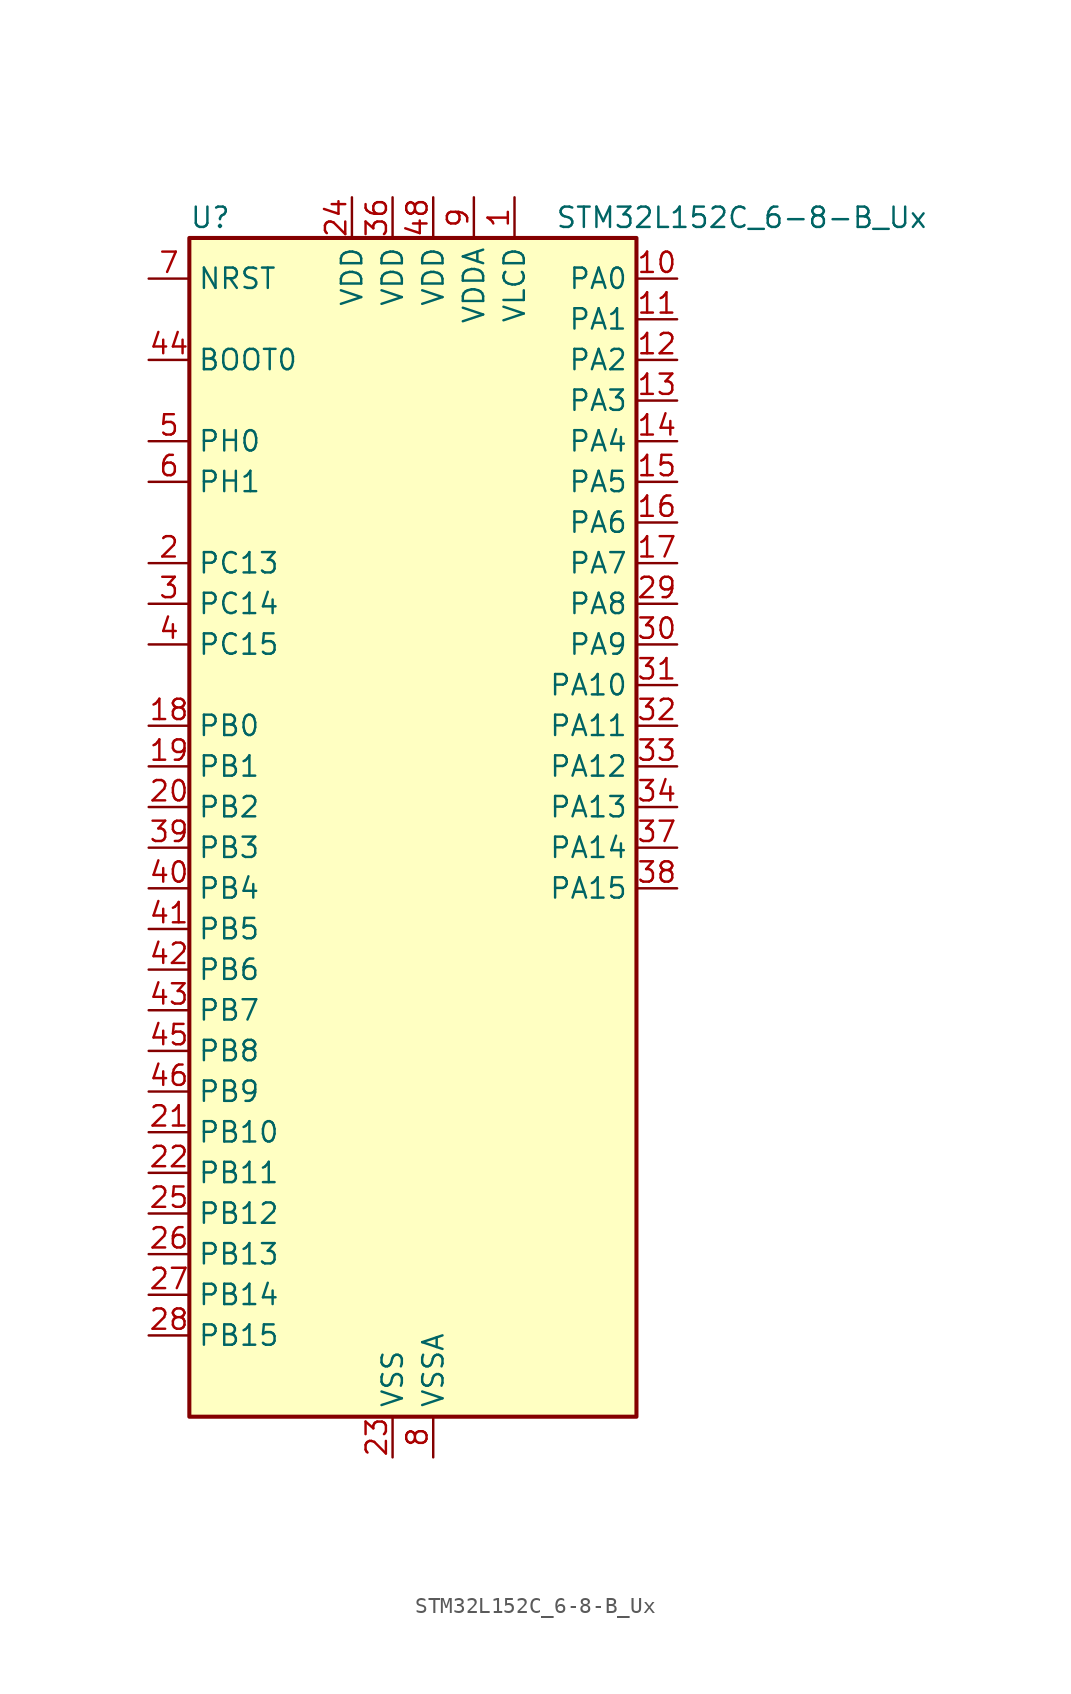
<source format=kicad_sym>
(kicad_symbol_lib
  (version 20220914)
  (generator kicad_symbol_editor)
  (symbol "STM32L152C_6-8-B_Ux"
    (property "Reference" "U"
      (at -12.7 39.37 0)
      (effects (font (size 1.27 1.27)) (justify left)))
    (property "Value" "STM32L152C_6-8-B_Ux"
      (at 10.16 39.37 0)
      (effects (font (size 1.27 1.27)) (justify left)))
    (property "ki_locked" ""
      (at 0 0 0)
      (effects (font (size 1.27 1.27))))
    (symbol "STM32L152C_6-8-B_Ux_0_1"
      (rectangle (start -12.7 -35.56) (end 15.24 38.1) (stroke (width 0.254) (type default)) (fill (type background))))
    (symbol "STM32L152C_6-8-B_Ux_1_1"
      (pin power_in line (at 7.62 40.64 270) (length 2.54) (name "VLCD" (effects (font (size 1.27 1.27)))) (number "1" (effects (font (size 1.27 1.27)))))
      (pin bidirectional line (at 17.78 35.56 180) (length 2.54) (name "PA0" (effects (font (size 1.27 1.27)))) (number "10" (effects (font (size 1.27 1.27)))) (alternate "ADC_IN0" bidirectional line) (alternate "COMP1_INP" bidirectional line) (alternate "SYS_WKUP1" bidirectional line) (alternate "TIM2_CH1" bidirectional line) (alternate "TIM2_ETR" bidirectional line) (alternate "TIMX_IC1" bidirectional line) (alternate "TS_G1_IO1" bidirectional line) (alternate "USART2_CTS" bidirectional line))
      (pin bidirectional line (at 17.78 33.02 180) (length 2.54) (name "PA1" (effects (font (size 1.27 1.27)))) (number "11" (effects (font (size 1.27 1.27)))) (alternate "ADC_IN1" bidirectional line) (alternate "COMP1_INP" bidirectional line) (alternate "LCD_SEG0" bidirectional line) (alternate "TIM2_CH2" bidirectional line) (alternate "TIMX_IC2" bidirectional line) (alternate "TS_G1_IO2" bidirectional line) (alternate "USART2_RTS" bidirectional line))
      (pin bidirectional line (at 17.78 30.48 180) (length 2.54) (name "PA2" (effects (font (size 1.27 1.27)))) (number "12" (effects (font (size 1.27 1.27)))) (alternate "ADC_IN2" bidirectional line) (alternate "COMP1_INP" bidirectional line) (alternate "LCD_SEG1" bidirectional line) (alternate "TIM2_CH3" bidirectional line) (alternate "TIM9_CH1" bidirectional line) (alternate "TIMX_IC3" bidirectional line) (alternate "TS_G1_IO3" bidirectional line) (alternate "USART2_TX" bidirectional line))
      (pin bidirectional line (at 17.78 27.94 180) (length 2.54) (name "PA3" (effects (font (size 1.27 1.27)))) (number "13" (effects (font (size 1.27 1.27)))) (alternate "ADC_IN3" bidirectional line) (alternate "COMP1_INP" bidirectional line) (alternate "LCD_SEG2" bidirectional line) (alternate "TIM2_CH4" bidirectional line) (alternate "TIM9_CH2" bidirectional line) (alternate "TIMX_IC4" bidirectional line) (alternate "TS_G1_IO4" bidirectional line) (alternate "USART2_RX" bidirectional line))
      (pin bidirectional line (at 17.78 25.4 180) (length 2.54) (name "PA4" (effects (font (size 1.27 1.27)))) (number "14" (effects (font (size 1.27 1.27)))) (alternate "ADC_IN4" bidirectional line) (alternate "COMP1_INP" bidirectional line) (alternate "DAC_OUT1" bidirectional line) (alternate "SPI1_NSS" bidirectional line) (alternate "TIMX_IC1" bidirectional line) (alternate "USART2_CK" bidirectional line))
      (pin bidirectional line (at 17.78 22.86 180) (length 2.54) (name "PA5" (effects (font (size 1.27 1.27)))) (number "15" (effects (font (size 1.27 1.27)))) (alternate "ADC_IN5" bidirectional line) (alternate "COMP1_INP" bidirectional line) (alternate "DAC_OUT2" bidirectional line) (alternate "SPI1_SCK" bidirectional line) (alternate "TIM2_CH1" bidirectional line) (alternate "TIM2_ETR" bidirectional line) (alternate "TIMX_IC2" bidirectional line))
      (pin bidirectional line (at 17.78 20.32 180) (length 2.54) (name "PA6" (effects (font (size 1.27 1.27)))) (number "16" (effects (font (size 1.27 1.27)))) (alternate "ADC_IN6" bidirectional line) (alternate "COMP1_INP" bidirectional line) (alternate "LCD_SEG3" bidirectional line) (alternate "SPI1_MISO" bidirectional line) (alternate "TIM10_CH1" bidirectional line) (alternate "TIM3_CH1" bidirectional line) (alternate "TIMX_IC3" bidirectional line) (alternate "TS_G2_IO1" bidirectional line))
      (pin bidirectional line (at 17.78 17.78 180) (length 2.54) (name "PA7" (effects (font (size 1.27 1.27)))) (number "17" (effects (font (size 1.27 1.27)))) (alternate "ADC_IN7" bidirectional line) (alternate "COMP1_INP" bidirectional line) (alternate "LCD_SEG4" bidirectional line) (alternate "SPI1_MOSI" bidirectional line) (alternate "TIM11_CH1" bidirectional line) (alternate "TIM3_CH2" bidirectional line) (alternate "TIMX_IC4" bidirectional line) (alternate "TS_G2_IO2" bidirectional line))
      (pin bidirectional line (at -15.24 7.62 0) (length 2.54) (name "PB0" (effects (font (size 1.27 1.27)))) (number "18" (effects (font (size 1.27 1.27)))) (alternate "ADC_IN8" bidirectional line) (alternate "COMP1_INP" bidirectional line) (alternate "LCD_SEG5" bidirectional line) (alternate "SYS_V_REF_OUT" bidirectional line) (alternate "TIM3_CH3" bidirectional line) (alternate "TS_G3_IO1" bidirectional line))
      (pin bidirectional line (at -15.24 5.08 0) (length 2.54) (name "PB1" (effects (font (size 1.27 1.27)))) (number "19" (effects (font (size 1.27 1.27)))) (alternate "ADC_IN9" bidirectional line) (alternate "COMP1_INP" bidirectional line) (alternate "LCD_SEG6" bidirectional line) (alternate "SYS_V_REF_OUT" bidirectional line) (alternate "TIM3_CH4" bidirectional line) (alternate "TS_G3_IO2" bidirectional line))
      (pin bidirectional line (at -15.24 17.78 0) (length 2.54) (name "PC13" (effects (font (size 1.27 1.27)))) (number "2" (effects (font (size 1.27 1.27)))) (alternate "RTC_OUT_ALARM" bidirectional line) (alternate "RTC_OUT_CALIB" bidirectional line) (alternate "RTC_TAMP1" bidirectional line) (alternate "RTC_TS" bidirectional line) (alternate "SYS_WKUP2" bidirectional line) (alternate "TIMX_IC2" bidirectional line))
      (pin bidirectional line (at -15.24 2.54 0) (length 2.54) (name "PB2" (effects (font (size 1.27 1.27)))) (number "20" (effects (font (size 1.27 1.27)))))
      (pin bidirectional line (at -15.24 -17.78 0) (length 2.54) (name "PB10" (effects (font (size 1.27 1.27)))) (number "21" (effects (font (size 1.27 1.27)))) (alternate "I2C2_SCL" bidirectional line) (alternate "LCD_SEG10" bidirectional line) (alternate "TIM2_CH3" bidirectional line) (alternate "USART3_TX" bidirectional line))
      (pin bidirectional line (at -15.24 -20.32 0) (length 2.54) (name "PB11" (effects (font (size 1.27 1.27)))) (number "22" (effects (font (size 1.27 1.27)))) (alternate "ADC_EXTI11" bidirectional line) (alternate "I2C2_SDA" bidirectional line) (alternate "LCD_SEG11" bidirectional line) (alternate "TIM2_CH4" bidirectional line) (alternate "USART3_RX" bidirectional line))
      (pin power_in line (at 0 -38.1 90) (length 2.54) (name "VSS" (effects (font (size 1.27 1.27)))) (number "23" (effects (font (size 1.27 1.27)))))
      (pin power_in line (at -2.54 40.64 270) (length 2.54) (name "VDD" (effects (font (size 1.27 1.27)))) (number "24" (effects (font (size 1.27 1.27)))))
      (pin bidirectional line (at -15.24 -22.86 0) (length 2.54) (name "PB12" (effects (font (size 1.27 1.27)))) (number "25" (effects (font (size 1.27 1.27)))) (alternate "ADC_IN18" bidirectional line) (alternate "COMP1_INP" bidirectional line) (alternate "I2C2_SMBA" bidirectional line) (alternate "LCD_SEG12" bidirectional line) (alternate "SPI2_NSS" bidirectional line) (alternate "TIM10_CH1" bidirectional line) (alternate "TS_G7_IO1" bidirectional line) (alternate "USART3_CK" bidirectional line))
      (pin bidirectional line (at -15.24 -25.4 0) (length 2.54) (name "PB13" (effects (font (size 1.27 1.27)))) (number "26" (effects (font (size 1.27 1.27)))) (alternate "ADC_IN19" bidirectional line) (alternate "COMP1_INP" bidirectional line) (alternate "LCD_SEG13" bidirectional line) (alternate "SPI2_SCK" bidirectional line) (alternate "TIM9_CH1" bidirectional line) (alternate "TS_G7_IO2" bidirectional line) (alternate "USART3_CTS" bidirectional line))
      (pin bidirectional line (at -15.24 -27.94 0) (length 2.54) (name "PB14" (effects (font (size 1.27 1.27)))) (number "27" (effects (font (size 1.27 1.27)))) (alternate "ADC_IN20" bidirectional line) (alternate "COMP1_INP" bidirectional line) (alternate "LCD_SEG14" bidirectional line) (alternate "SPI2_MISO" bidirectional line) (alternate "TIM9_CH2" bidirectional line) (alternate "TS_G7_IO3" bidirectional line) (alternate "USART3_RTS" bidirectional line))
      (pin bidirectional line (at -15.24 -30.48 0) (length 2.54) (name "PB15" (effects (font (size 1.27 1.27)))) (number "28" (effects (font (size 1.27 1.27)))) (alternate "ADC_EXTI15" bidirectional line) (alternate "ADC_IN21" bidirectional line) (alternate "COMP1_INP" bidirectional line) (alternate "LCD_SEG15" bidirectional line) (alternate "RTC_REFIN" bidirectional line) (alternate "SPI2_MOSI" bidirectional line) (alternate "TIM11_CH1" bidirectional line) (alternate "TS_G7_IO4" bidirectional line))
      (pin bidirectional line (at 17.78 15.24 180) (length 2.54) (name "PA8" (effects (font (size 1.27 1.27)))) (number "29" (effects (font (size 1.27 1.27)))) (alternate "LCD_COM0" bidirectional line) (alternate "RCC_MCO" bidirectional line) (alternate "TIMX_IC1" bidirectional line) (alternate "TS_G4_IO1" bidirectional line) (alternate "USART1_CK" bidirectional line))
      (pin bidirectional line (at -15.24 15.24 0) (length 2.54) (name "PC14" (effects (font (size 1.27 1.27)))) (number "3" (effects (font (size 1.27 1.27)))) (alternate "RCC_OSC32_IN" bidirectional line) (alternate "TIMX_IC3" bidirectional line))
      (pin bidirectional line (at 17.78 12.7 180) (length 2.54) (name "PA9" (effects (font (size 1.27 1.27)))) (number "30" (effects (font (size 1.27 1.27)))) (alternate "DAC_EXTI9" bidirectional line) (alternate "LCD_COM1" bidirectional line) (alternate "TIMX_IC2" bidirectional line) (alternate "TS_G4_IO2" bidirectional line) (alternate "USART1_TX" bidirectional line))
      (pin bidirectional line (at 17.78 10.16 180) (length 2.54) (name "PA10" (effects (font (size 1.27 1.27)))) (number "31" (effects (font (size 1.27 1.27)))) (alternate "LCD_COM2" bidirectional line) (alternate "TIMX_IC3" bidirectional line) (alternate "TS_G4_IO3" bidirectional line) (alternate "USART1_RX" bidirectional line))
      (pin bidirectional line (at 17.78 7.62 180) (length 2.54) (name "PA11" (effects (font (size 1.27 1.27)))) (number "32" (effects (font (size 1.27 1.27)))) (alternate "ADC_EXTI11" bidirectional line) (alternate "SPI1_MISO" bidirectional line) (alternate "TIMX_IC4" bidirectional line) (alternate "USART1_CTS" bidirectional line) (alternate "USB_DM" bidirectional line))
      (pin bidirectional line (at 17.78 5.08 180) (length 2.54) (name "PA12" (effects (font (size 1.27 1.27)))) (number "33" (effects (font (size 1.27 1.27)))) (alternate "SPI1_MOSI" bidirectional line) (alternate "TIMX_IC1" bidirectional line) (alternate "USART1_RTS" bidirectional line) (alternate "USB_DP" bidirectional line))
      (pin bidirectional line (at 17.78 2.54 180) (length 2.54) (name "PA13" (effects (font (size 1.27 1.27)))) (number "34" (effects (font (size 1.27 1.27)))) (alternate "SYS_JTMS-SWDIO" bidirectional line) (alternate "TIMX_IC2" bidirectional line) (alternate "TS_G5_IO1" bidirectional line))
      (pin passive line (at 0 -38.1 90) (length 2.54) hide (name "VSS" (effects (font (size 1.27 1.27)))) (number "35" (effects (font (size 1.27 1.27)))))
      (pin power_in line (at 0 40.64 270) (length 2.54) (name "VDD" (effects (font (size 1.27 1.27)))) (number "36" (effects (font (size 1.27 1.27)))))
      (pin bidirectional line (at 17.78 0 180) (length 2.54) (name "PA14" (effects (font (size 1.27 1.27)))) (number "37" (effects (font (size 1.27 1.27)))) (alternate "SYS_JTCK-SWCLK" bidirectional line) (alternate "TIMX_IC3" bidirectional line) (alternate "TS_G5_IO2" bidirectional line))
      (pin bidirectional line (at 17.78 -2.54 180) (length 2.54) (name "PA15" (effects (font (size 1.27 1.27)))) (number "38" (effects (font (size 1.27 1.27)))) (alternate "ADC_EXTI15" bidirectional line) (alternate "LCD_SEG17" bidirectional line) (alternate "SPI1_NSS" bidirectional line) (alternate "SYS_JTDI" bidirectional line) (alternate "TIM2_CH1" bidirectional line) (alternate "TIM2_ETR" bidirectional line) (alternate "TIMX_IC4" bidirectional line) (alternate "TS_G5_IO3" bidirectional line))
      (pin bidirectional line (at -15.24 0 0) (length 2.54) (name "PB3" (effects (font (size 1.27 1.27)))) (number "39" (effects (font (size 1.27 1.27)))) (alternate "COMP2_INM" bidirectional line) (alternate "LCD_SEG7" bidirectional line) (alternate "SPI1_SCK" bidirectional line) (alternate "SYS_JTDO-TRACESWO" bidirectional line) (alternate "TIM2_CH2" bidirectional line))
      (pin bidirectional line (at -15.24 12.7 0) (length 2.54) (name "PC15" (effects (font (size 1.27 1.27)))) (number "4" (effects (font (size 1.27 1.27)))) (alternate "ADC_EXTI15" bidirectional line) (alternate "RCC_OSC32_OUT" bidirectional line) (alternate "TIMX_IC4" bidirectional line))
      (pin bidirectional line (at -15.24 -2.54 0) (length 2.54) (name "PB4" (effects (font (size 1.27 1.27)))) (number "40" (effects (font (size 1.27 1.27)))) (alternate "COMP2_INP" bidirectional line) (alternate "LCD_SEG8" bidirectional line) (alternate "SPI1_MISO" bidirectional line) (alternate "SYS_JTRST" bidirectional line) (alternate "TIM3_CH1" bidirectional line) (alternate "TS_G6_IO1" bidirectional line))
      (pin bidirectional line (at -15.24 -5.08 0) (length 2.54) (name "PB5" (effects (font (size 1.27 1.27)))) (number "41" (effects (font (size 1.27 1.27)))) (alternate "COMP2_INP" bidirectional line) (alternate "I2C1_SMBA" bidirectional line) (alternate "LCD_SEG9" bidirectional line) (alternate "SPI1_MOSI" bidirectional line) (alternate "TIM3_CH2" bidirectional line) (alternate "TS_G6_IO2" bidirectional line))
      (pin bidirectional line (at -15.24 -7.62 0) (length 2.54) (name "PB6" (effects (font (size 1.27 1.27)))) (number "42" (effects (font (size 1.27 1.27)))) (alternate "I2C1_SCL" bidirectional line) (alternate "TIM4_CH1" bidirectional line) (alternate "USART1_TX" bidirectional line))
      (pin bidirectional line (at -15.24 -10.16 0) (length 2.54) (name "PB7" (effects (font (size 1.27 1.27)))) (number "43" (effects (font (size 1.27 1.27)))) (alternate "I2C1_SDA" bidirectional line) (alternate "SYS_PVD_IN" bidirectional line) (alternate "TIM4_CH2" bidirectional line) (alternate "USART1_RX" bidirectional line))
      (pin input line (at -15.24 30.48 0) (length 2.54) (name "BOOT0" (effects (font (size 1.27 1.27)))) (number "44" (effects (font (size 1.27 1.27)))))
      (pin bidirectional line (at -15.24 -12.7 0) (length 2.54) (name "PB8" (effects (font (size 1.27 1.27)))) (number "45" (effects (font (size 1.27 1.27)))) (alternate "I2C1_SCL" bidirectional line) (alternate "LCD_SEG16" bidirectional line) (alternate "TIM10_CH1" bidirectional line) (alternate "TIM4_CH3" bidirectional line))
      (pin bidirectional line (at -15.24 -15.24 0) (length 2.54) (name "PB9" (effects (font (size 1.27 1.27)))) (number "46" (effects (font (size 1.27 1.27)))) (alternate "DAC_EXTI9" bidirectional line) (alternate "I2C1_SDA" bidirectional line) (alternate "LCD_COM3" bidirectional line) (alternate "TIM11_CH1" bidirectional line) (alternate "TIM4_CH4" bidirectional line))
      (pin passive line (at 0 -38.1 90) (length 2.54) hide (name "VSS" (effects (font (size 1.27 1.27)))) (number "47" (effects (font (size 1.27 1.27)))))
      (pin power_in line (at 2.54 40.64 270) (length 2.54) (name "VDD" (effects (font (size 1.27 1.27)))) (number "48" (effects (font (size 1.27 1.27)))))
      (pin passive line (at 0 -38.1 90) (length 2.54) hide (name "VSS" (effects (font (size 1.27 1.27)))) (number "49" (effects (font (size 1.27 1.27)))))
      (pin bidirectional line (at -15.24 25.4 0) (length 2.54) (name "PH0" (effects (font (size 1.27 1.27)))) (number "5" (effects (font (size 1.27 1.27)))) (alternate "RCC_OSC_IN" bidirectional line))
      (pin bidirectional line (at -15.24 22.86 0) (length 2.54) (name "PH1" (effects (font (size 1.27 1.27)))) (number "6" (effects (font (size 1.27 1.27)))) (alternate "RCC_OSC_OUT" bidirectional line))
      (pin input line (at -15.24 35.56 0) (length 2.54) (name "NRST" (effects (font (size 1.27 1.27)))) (number "7" (effects (font (size 1.27 1.27)))))
      (pin power_in line (at 2.54 -38.1 90) (length 2.54) (name "VSSA" (effects (font (size 1.27 1.27)))) (number "8" (effects (font (size 1.27 1.27)))))
      (pin power_in line (at 5.08 40.64 270) (length 2.54) (name "VDDA" (effects (font (size 1.27 1.27)))) (number "9" (effects (font (size 1.27 1.27))))))))
</source>
